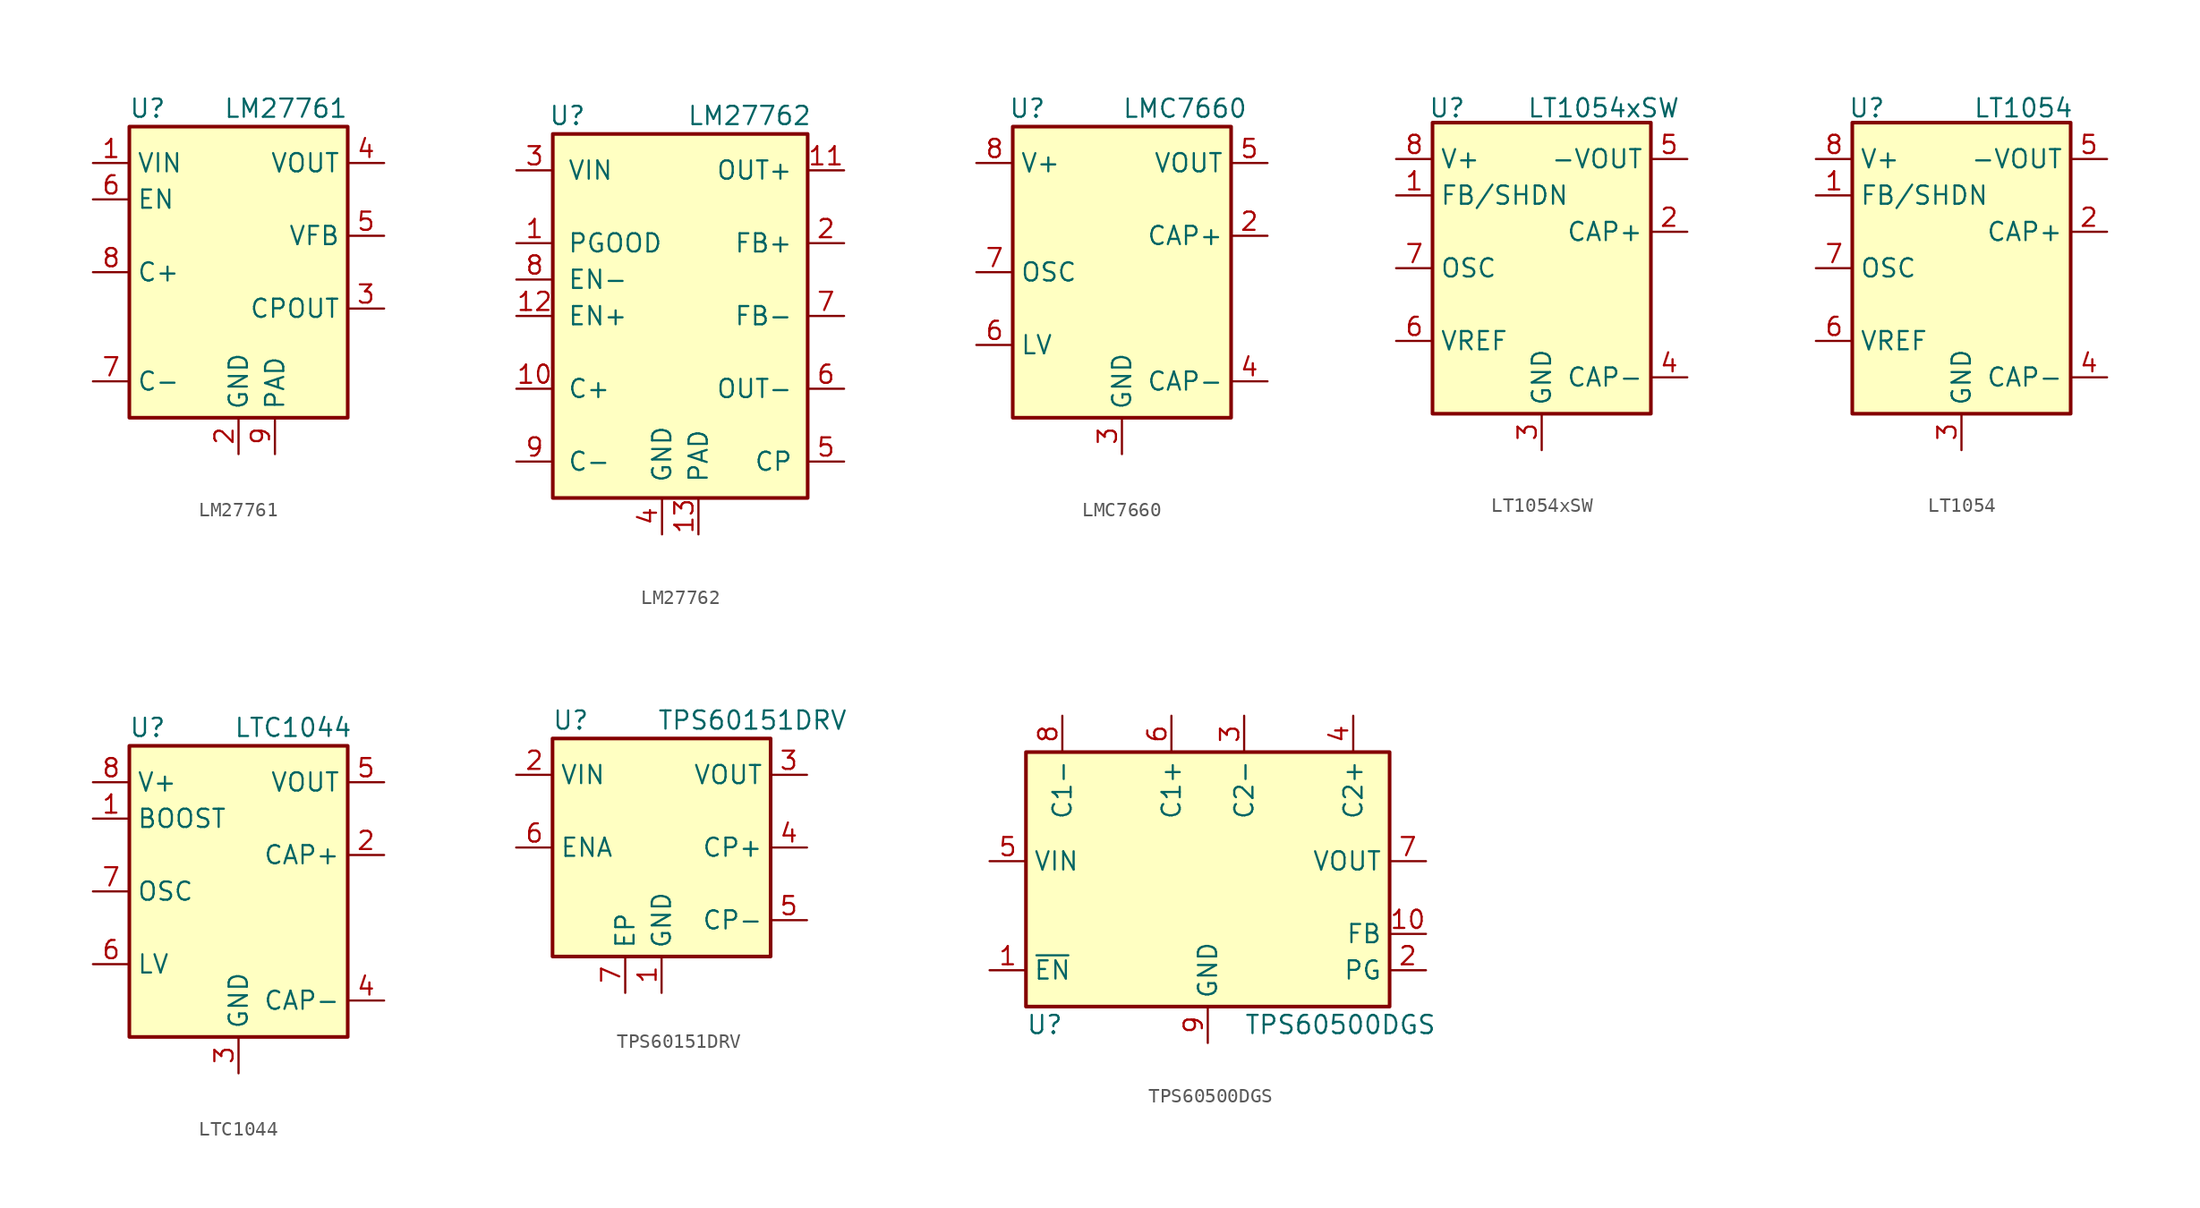
<source format=kicad_sym>
(kicad_symbol_lib
  (version 20201005)
  (generator kicad_symbol_editor)
  (symbol "LM27761"
    (property "Reference" "U"
      (at -6.35 11.43 0)
      (effects (font (size 1.27 1.27))))
    (property "Value" "LM27761"
      (at 3.302 11.43 0)
      (effects (font (size 1.27 1.27))))
    (symbol "LM27761_0_1"
      (rectangle (start -7.62 10.16) (end 7.62 -10.16) (stroke (width 0.254)) (fill (type background))))
    (symbol "LM27761_1_1"
      (pin power_in line (at -10.16 7.62 0) (length 2.54) (name "VIN" (effects (font (size 1.27 1.27)))) (number "1" (effects (font (size 1.27 1.27)))))
      (pin power_in line (at 0 -12.7 90) (length 2.54) (name "GND" (effects (font (size 1.27 1.27)))) (number "2" (effects (font (size 1.27 1.27)))))
      (pin power_out line (at 10.16 -2.54 180) (length 2.54) (name "CPOUT" (effects (font (size 1.27 1.27)))) (number "3" (effects (font (size 1.27 1.27)))))
      (pin power_out line (at 10.16 7.62 180) (length 2.54) (name "VOUT" (effects (font (size 1.27 1.27)))) (number "4" (effects (font (size 1.27 1.27)))))
      (pin input line (at 10.16 2.54 180) (length 2.54) (name "VFB" (effects (font (size 1.27 1.27)))) (number "5" (effects (font (size 1.27 1.27)))))
      (pin input line (at -10.16 5.08 0) (length 2.54) (name "EN" (effects (font (size 1.27 1.27)))) (number "6" (effects (font (size 1.27 1.27)))))
      (pin passive line (at -10.16 -7.62 0) (length 2.54) (name "C-" (effects (font (size 1.27 1.27)))) (number "7" (effects (font (size 1.27 1.27)))))
      (pin passive line (at -10.16 0 0) (length 2.54) (name "C+" (effects (font (size 1.27 1.27)))) (number "8" (effects (font (size 1.27 1.27)))))
      (pin power_in line (at 2.54 -12.7 90) (length 2.54) (name "PAD" (effects (font (size 1.27 1.27)))) (number "9" (effects (font (size 1.27 1.27)))))))
  (symbol "LM27762"
    (pin_names
      (offset 1.016))
    (property "Reference" "U"
      (at -6.604 8.89 0)
      (effects (font (size 1.27 1.27))))
    (property "Value" "LM27762"
      (at 6.096 8.89 0)
      (effects (font (size 1.27 1.27))))
    (symbol "LM27762_0_1"
      (rectangle (start -7.62 7.62) (end 10.16 -17.78) (stroke (width 0.254)) (fill (type background))))
    (symbol "LM27762_1_1"
      (pin open_collector line (at -10.16 0 0) (length 2.54) (name "PGOOD" (effects (font (size 1.27 1.27)))) (number "1" (effects (font (size 1.27 1.27)))))
      (pin passive line (at -10.16 -10.16 0) (length 2.54) (name "C+" (effects (font (size 1.27 1.27)))) (number "10" (effects (font (size 1.27 1.27)))))
      (pin power_out line (at 12.7 5.08 180) (length 2.54) (name "OUT+" (effects (font (size 1.27 1.27)))) (number "11" (effects (font (size 1.27 1.27)))))
      (pin input line (at -10.16 -5.08 0) (length 2.54) (name "EN+" (effects (font (size 1.27 1.27)))) (number "12" (effects (font (size 1.27 1.27)))))
      (pin power_in line (at 2.54 -20.32 90) (length 2.54) (name "PAD" (effects (font (size 1.27 1.27)))) (number "13" (effects (font (size 1.27 1.27)))))
      (pin input line (at 12.7 0 180) (length 2.54) (name "FB+" (effects (font (size 1.27 1.27)))) (number "2" (effects (font (size 1.27 1.27)))))
      (pin power_in line (at -10.16 5.08 0) (length 2.54) (name "VIN" (effects (font (size 1.27 1.27)))) (number "3" (effects (font (size 1.27 1.27)))))
      (pin power_in line (at 0 -20.32 90) (length 2.54) (name "GND" (effects (font (size 1.27 1.27)))) (number "4" (effects (font (size 1.27 1.27)))))
      (pin passive line (at 12.7 -15.24 180) (length 2.54) (name "CP" (effects (font (size 1.27 1.27)))) (number "5" (effects (font (size 1.27 1.27)))))
      (pin power_out line (at 12.7 -10.16 180) (length 2.54) (name "OUT-" (effects (font (size 1.27 1.27)))) (number "6" (effects (font (size 1.27 1.27)))))
      (pin input line (at 12.7 -5.08 180) (length 2.54) (name "FB-" (effects (font (size 1.27 1.27)))) (number "7" (effects (font (size 1.27 1.27)))))
      (pin input line (at -10.16 -2.54 0) (length 2.54) (name "EN-" (effects (font (size 1.27 1.27)))) (number "8" (effects (font (size 1.27 1.27)))))
      (pin passive line (at -10.16 -15.24 0) (length 2.54) (name "C-" (effects (font (size 1.27 1.27)))) (number "9" (effects (font (size 1.27 1.27)))))))
  (symbol "LMC7660"
    (property "Reference" "U"
      (at -6.604 11.43 0)
      (effects (font (size 1.27 1.27))))
    (property "Value" "LMC7660"
      (at 0 11.43 0)
      (effects (font (size 1.27 1.27)) (justify left)))
    (symbol "LMC7660_0_1"
      (rectangle (start -7.62 10.16) (end 7.62 -10.16) (stroke (width 0.254)) (fill (type background))))
    (symbol "LMC7660_1_1"
      (pin no_connect line (at -7.62 5.08 0) (length 2.54) hide (name "NC" (effects (font (size 1.27 1.27)))) (number "1" (effects (font (size 1.27 1.27)))))
      (pin input line (at 10.16 2.54 180) (length 2.54) (name "CAP+" (effects (font (size 1.27 1.27)))) (number "2" (effects (font (size 1.27 1.27)))))
      (pin power_in line (at 0 -12.7 90) (length 2.54) (name "GND" (effects (font (size 1.27 1.27)))) (number "3" (effects (font (size 1.27 1.27)))))
      (pin input line (at 10.16 -7.62 180) (length 2.54) (name "CAP-" (effects (font (size 1.27 1.27)))) (number "4" (effects (font (size 1.27 1.27)))))
      (pin power_out line (at 10.16 7.62 180) (length 2.54) (name "VOUT" (effects (font (size 1.27 1.27)))) (number "5" (effects (font (size 1.27 1.27)))))
      (pin input line (at -10.16 -5.08 0) (length 2.54) (name "LV" (effects (font (size 1.27 1.27)))) (number "6" (effects (font (size 1.27 1.27)))))
      (pin input line (at -10.16 0 0) (length 2.54) (name "OSC" (effects (font (size 1.27 1.27)))) (number "7" (effects (font (size 1.27 1.27)))))
      (pin power_in line (at -10.16 7.62 0) (length 2.54) (name "V+" (effects (font (size 1.27 1.27)))) (number "8" (effects (font (size 1.27 1.27)))))))
  (symbol "LT1054xSW"
    (property "Reference" "U"
      (at -6.604 11.176 0)
      (effects (font (size 1.27 1.27))))
    (property "Value" "LT1054xSW"
      (at 4.318 11.176 0)
      (effects (font (size 1.27 1.27))))
    (symbol "LT1054xSW_0_1"
      (rectangle (start -7.62 10.16) (end 7.62 -10.16) (stroke (width 0.254)) (fill (type background))))
    (symbol "LT1054xSW_1_1"
      (pin input line (at -10.16 5.08 0) (length 2.54) (name "FB/SHDN" (effects (font (size 1.27 1.27)))) (number "1" (effects (font (size 1.27 1.27)))))
      (pin input line (at 10.16 2.54 180) (length 2.54) (name "CAP+" (effects (font (size 1.27 1.27)))) (number "2" (effects (font (size 1.27 1.27)))))
      (pin power_in line (at 0 -12.7 90) (length 2.54) (name "GND" (effects (font (size 1.27 1.27)))) (number "3" (effects (font (size 1.27 1.27)))))
      (pin input line (at 10.16 -7.62 180) (length 2.54) (name "CAP-" (effects (font (size 1.27 1.27)))) (number "4" (effects (font (size 1.27 1.27)))))
      (pin power_out line (at 10.16 7.62 180) (length 2.54) (name "-VOUT" (effects (font (size 1.27 1.27)))) (number "5" (effects (font (size 1.27 1.27)))))
      (pin output line (at -10.16 -5.08 0) (length 2.54) (name "VREF" (effects (font (size 1.27 1.27)))) (number "6" (effects (font (size 1.27 1.27)))))
      (pin input line (at -10.16 0 0) (length 2.54) (name "OSC" (effects (font (size 1.27 1.27)))) (number "7" (effects (font (size 1.27 1.27)))))
      (pin power_in line (at -10.16 7.62 0) (length 2.54) (name "V+" (effects (font (size 1.27 1.27)))) (number "8" (effects (font (size 1.27 1.27)))))))
  (symbol "LT1054"
    (property "Reference" "U"
      (at -6.604 11.176 0)
      (effects (font (size 1.27 1.27))))
    (property "Value" "LT1054"
      (at 4.318 11.176 0)
      (effects (font (size 1.27 1.27))))
    (symbol "LT1054_0_1"
      (rectangle (start -7.62 10.16) (end 7.62 -10.16) (stroke (width 0.254)) (fill (type background))))
    (symbol "LT1054_1_1"
      (pin input line (at -10.16 5.08 0) (length 2.54) (name "FB/SHDN" (effects (font (size 1.27 1.27)))) (number "1" (effects (font (size 1.27 1.27)))))
      (pin input line (at 10.16 2.54 180) (length 2.54) (name "CAP+" (effects (font (size 1.27 1.27)))) (number "2" (effects (font (size 1.27 1.27)))))
      (pin power_in line (at 0 -12.7 90) (length 2.54) (name "GND" (effects (font (size 1.27 1.27)))) (number "3" (effects (font (size 1.27 1.27)))))
      (pin input line (at 10.16 -7.62 180) (length 2.54) (name "CAP-" (effects (font (size 1.27 1.27)))) (number "4" (effects (font (size 1.27 1.27)))))
      (pin power_out line (at 10.16 7.62 180) (length 2.54) (name "-VOUT" (effects (font (size 1.27 1.27)))) (number "5" (effects (font (size 1.27 1.27)))))
      (pin output line (at -10.16 -5.08 0) (length 2.54) (name "VREF" (effects (font (size 1.27 1.27)))) (number "6" (effects (font (size 1.27 1.27)))))
      (pin input line (at -10.16 0 0) (length 2.54) (name "OSC" (effects (font (size 1.27 1.27)))) (number "7" (effects (font (size 1.27 1.27)))))
      (pin power_in line (at -10.16 7.62 0) (length 2.54) (name "V+" (effects (font (size 1.27 1.27)))) (number "8" (effects (font (size 1.27 1.27)))))))
  (symbol "LTC1044"
    (property "Reference" "U"
      (at -6.35 11.43 0)
      (effects (font (size 1.27 1.27))))
    (property "Value" "LTC1044"
      (at 3.81 11.43 0)
      (effects (font (size 1.27 1.27))))
    (symbol "LTC1044_0_1"
      (rectangle (start -7.62 10.16) (end 7.62 -10.16) (stroke (width 0.254)) (fill (type background))))
    (symbol "LTC1044_1_1"
      (pin input line (at -10.16 5.08 0) (length 2.54) (name "BOOST" (effects (font (size 1.27 1.27)))) (number "1" (effects (font (size 1.27 1.27)))))
      (pin input line (at 10.16 2.54 180) (length 2.54) (name "CAP+" (effects (font (size 1.27 1.27)))) (number "2" (effects (font (size 1.27 1.27)))))
      (pin power_in line (at 0 -12.7 90) (length 2.54) (name "GND" (effects (font (size 1.27 1.27)))) (number "3" (effects (font (size 1.27 1.27)))))
      (pin input line (at 10.16 -7.62 180) (length 2.54) (name "CAP-" (effects (font (size 1.27 1.27)))) (number "4" (effects (font (size 1.27 1.27)))))
      (pin power_out line (at 10.16 7.62 180) (length 2.54) (name "VOUT" (effects (font (size 1.27 1.27)))) (number "5" (effects (font (size 1.27 1.27)))))
      (pin input line (at -10.16 -5.08 0) (length 2.54) (name "LV" (effects (font (size 1.27 1.27)))) (number "6" (effects (font (size 1.27 1.27)))))
      (pin input line (at -10.16 0 0) (length 2.54) (name "OSC" (effects (font (size 1.27 1.27)))) (number "7" (effects (font (size 1.27 1.27)))))
      (pin power_in line (at -10.16 7.62 0) (length 2.54) (name "V+" (effects (font (size 1.27 1.27)))) (number "8" (effects (font (size 1.27 1.27)))))))
  (symbol "TPS60151DRV"
    (property "Reference" "U"
      (at -6.35 8.89 0)
      (effects (font (size 1.27 1.27))))
    (property "Value" "TPS60151DRV"
      (at 6.35 8.89 0)
      (effects (font (size 1.27 1.27))))
    (symbol "TPS60151DRV_0_1"
      (rectangle (start -7.62 7.62) (end 7.62 -7.62) (stroke (width 0.254)) (fill (type background))))
    (symbol "TPS60151DRV_1_1"
      (pin power_in line (at 0 -10.16 90) (length 2.54) (name "GND" (effects (font (size 1.27 1.27)))) (number "1" (effects (font (size 1.27 1.27)))))
      (pin power_in line (at -10.16 5.08 0) (length 2.54) (name "VIN" (effects (font (size 1.27 1.27)))) (number "2" (effects (font (size 1.27 1.27)))))
      (pin power_out line (at 10.16 5.08 180) (length 2.54) (name "VOUT" (effects (font (size 1.27 1.27)))) (number "3" (effects (font (size 1.27 1.27)))))
      (pin passive line (at 10.16 0 180) (length 2.54) (name "CP+" (effects (font (size 1.27 1.27)))) (number "4" (effects (font (size 1.27 1.27)))))
      (pin passive line (at 10.16 -5.08 180) (length 2.54) (name "CP-" (effects (font (size 1.27 1.27)))) (number "5" (effects (font (size 1.27 1.27)))))
      (pin input line (at -10.16 0 0) (length 2.54) (name "ENA" (effects (font (size 1.27 1.27)))) (number "6" (effects (font (size 1.27 1.27)))))
      (pin passive line (at -2.54 -10.16 90) (length 2.54) (name "EP" (effects (font (size 1.27 1.27)))) (number "7" (effects (font (size 1.27 1.27)))))))
  (symbol "TPS60500DGS"
    (property "Reference" "U"
      (at -12.7 -8.89 0)
      (effects (font (size 1.27 1.27)) (justify left)))
    (property "Value" "TPS60500DGS"
      (at 2.54 -8.89 0)
      (effects (font (size 1.27 1.27)) (justify left)))
    (symbol "TPS60500DGS_0_1"
      (rectangle (start -12.7 10.16) (end 12.7 -7.62) (stroke (width 0.254)) (fill (type background))))
    (symbol "TPS60500DGS_1_1"
      (pin input line (at -15.24 -5.08 0) (length 2.54) (name "~EN" (effects (font (size 1.27 1.27)))) (number "1" (effects (font (size 1.27 1.27)))))
      (pin input line (at 15.24 -2.54 180) (length 2.54) (name "FB" (effects (font (size 1.27 1.27)))) (number "10" (effects (font (size 1.27 1.27)))))
      (pin open_collector line (at 15.24 -5.08 180) (length 2.54) (name "PG" (effects (font (size 1.27 1.27)))) (number "2" (effects (font (size 1.27 1.27)))))
      (pin passive line (at 2.54 12.7 270) (length 2.54) (name "C2-" (effects (font (size 1.27 1.27)))) (number "3" (effects (font (size 1.27 1.27)))))
      (pin passive line (at 10.16 12.7 270) (length 2.54) (name "C2+" (effects (font (size 1.27 1.27)))) (number "4" (effects (font (size 1.27 1.27)))))
      (pin power_in line (at -15.24 2.54 0) (length 2.54) (name "VIN" (effects (font (size 1.27 1.27)))) (number "5" (effects (font (size 1.27 1.27)))))
      (pin passive line (at -2.54 12.7 270) (length 2.54) (name "C1+" (effects (font (size 1.27 1.27)))) (number "6" (effects (font (size 1.27 1.27)))))
      (pin power_out line (at 15.24 2.54 180) (length 2.54) (name "VOUT" (effects (font (size 1.27 1.27)))) (number "7" (effects (font (size 1.27 1.27)))))
      (pin passive line (at -10.16 12.7 270) (length 2.54) (name "C1-" (effects (font (size 1.27 1.27)))) (number "8" (effects (font (size 1.27 1.27)))))
      (pin power_in line (at 0 -10.16 90) (length 2.54) (name "GND" (effects (font (size 1.27 1.27)))) (number "9" (effects (font (size 1.27 1.27))))))))
</source>
